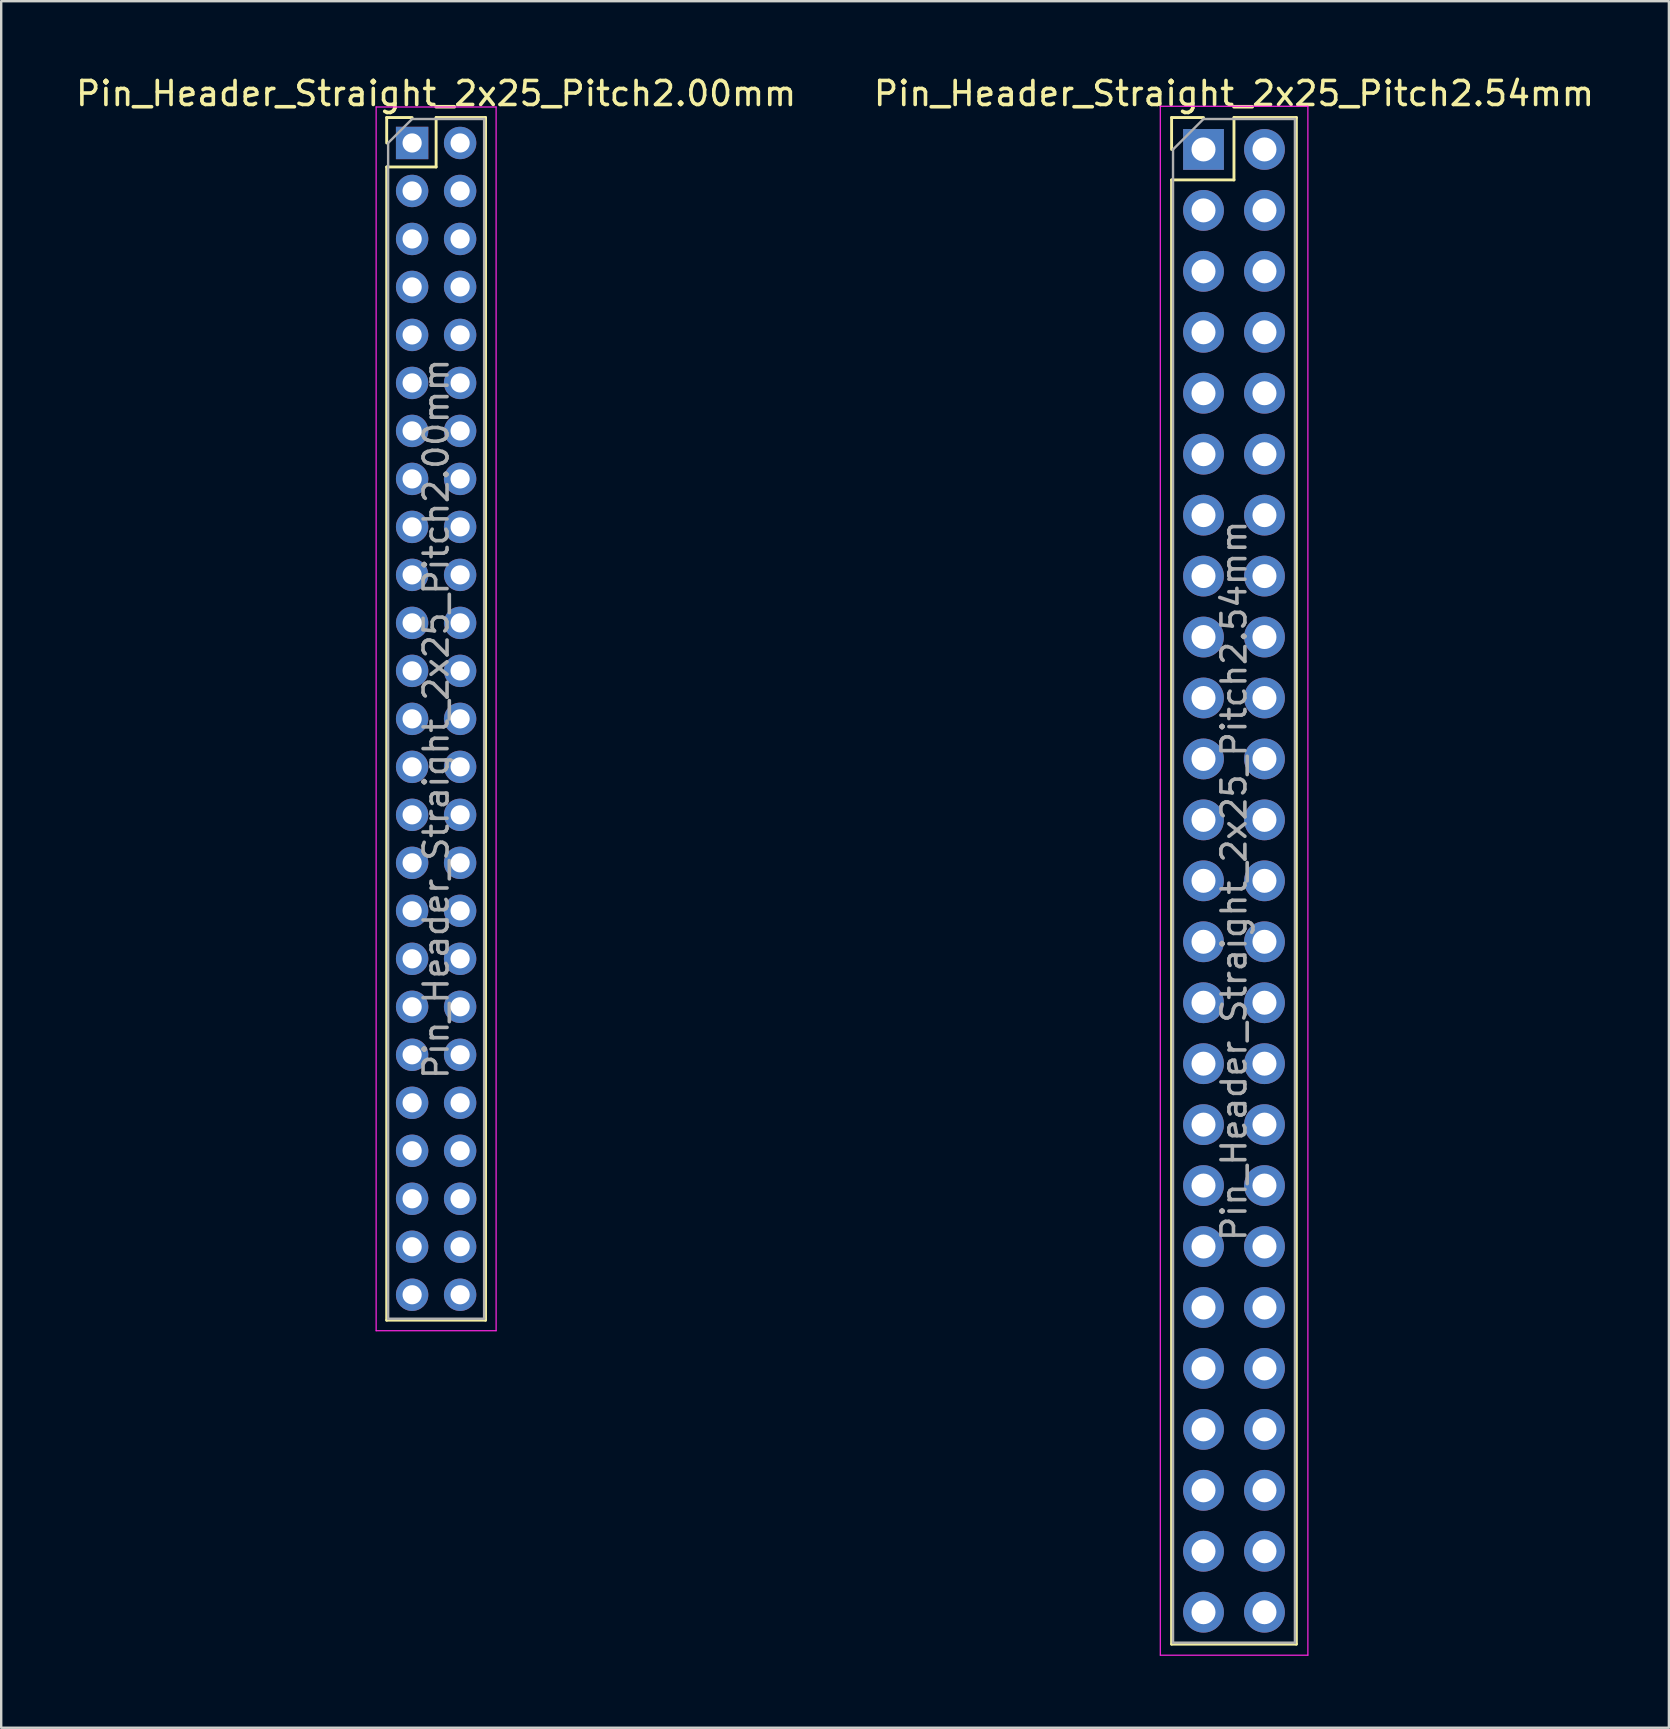
<source format=kicad_pcb>
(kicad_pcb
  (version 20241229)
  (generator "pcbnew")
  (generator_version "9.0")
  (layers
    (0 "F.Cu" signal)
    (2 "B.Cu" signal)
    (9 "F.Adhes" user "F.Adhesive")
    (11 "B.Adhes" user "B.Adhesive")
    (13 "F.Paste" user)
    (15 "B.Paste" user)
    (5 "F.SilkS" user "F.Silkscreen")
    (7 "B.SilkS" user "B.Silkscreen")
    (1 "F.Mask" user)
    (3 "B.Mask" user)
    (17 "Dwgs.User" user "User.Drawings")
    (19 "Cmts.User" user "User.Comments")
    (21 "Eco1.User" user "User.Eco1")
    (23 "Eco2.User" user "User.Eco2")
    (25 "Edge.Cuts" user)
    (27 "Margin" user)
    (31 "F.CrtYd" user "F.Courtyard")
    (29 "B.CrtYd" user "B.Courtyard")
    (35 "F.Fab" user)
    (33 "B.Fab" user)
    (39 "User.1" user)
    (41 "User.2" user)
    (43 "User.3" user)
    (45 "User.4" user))
  (footprint "Pin_Header_Straight_2x25_Pitch2.00mm"
    (layer "F.Cu")
    (at 14.125 2.908)
    (property "Reference" "Pin_Header_Straight_2x25_Pitch2.00mm" (at 1 -2.06 0) (layer "F.SilkS") (effects (font (size 1 1) (thickness 0.15))))
    (attr through_hole)
    (fp_line (start -1.06 -1.06) (end 0 -1.06) (stroke (width 0.12) (type solid)) (layer "F.SilkS"))
    (fp_line (start -1.06 0) (end -1.06 -1.06) (stroke (width 0.12) (type solid)) (layer "F.SilkS"))
    (fp_line (start -1.06 1) (end -1.06 49.06) (stroke (width 0.12) (type solid)) (layer "F.SilkS"))
    (fp_line (start -1.06 1) (end 1 1) (stroke (width 0.12) (type solid)) (layer "F.SilkS"))
    (fp_line (start -1.06 49.06) (end 3.06 49.06) (stroke (width 0.12) (type solid)) (layer "F.SilkS"))
    (fp_line (start 1 -1.06) (end 3.06 -1.06) (stroke (width 0.12) (type solid)) (layer "F.SilkS"))
    (fp_line (start 1 1) (end 1 -1.06) (stroke (width 0.12) (type solid)) (layer "F.SilkS"))
    (fp_line (start 3.06 -1.06) (end 3.06 49.06) (stroke (width 0.12) (type solid)) (layer "F.SilkS"))
    (fp_line (start -1.5 -1.5) (end -1.5 49.5) (stroke (width 0.05) (type solid)) (layer "F.CrtYd"))
    (fp_line (start -1.5 49.5) (end 3.5 49.5) (stroke (width 0.05) (type solid)) (layer "F.CrtYd"))
    (fp_line (start 3.5 -1.5) (end -1.5 -1.5) (stroke (width 0.05) (type solid)) (layer "F.CrtYd"))
    (fp_line (start 3.5 49.5) (end 3.5 -1.5) (stroke (width 0.05) (type solid)) (layer "F.CrtYd"))
    (fp_line (start -1 0) (end 0 -1) (stroke (width 0.1) (type solid)) (layer "F.Fab"))
    (fp_line (start -1 49) (end -1 0) (stroke (width 0.1) (type solid)) (layer "F.Fab"))
    (fp_line (start 0 -1) (end 3 -1) (stroke (width 0.1) (type solid)) (layer "F.Fab"))
    (fp_line (start 3 -1) (end 3 49) (stroke (width 0.1) (type solid)) (layer "F.Fab"))
    (fp_line (start 3 49) (end -1 49) (stroke (width 0.1) (type solid)) (layer "F.Fab"))
    (fp_text user "${REFERENCE}" (at 1 24 90) (layer "F.Fab") (effects (font (size 1 1) (thickness 0.15))))
    (pad "1" thru_hole rect (at 0 0) (size 1.35 1.35) (drill 0.8) (layers "*.Cu" "*.Mask"))
    (pad "2" thru_hole oval (at 2 0) (size 1.35 1.35) (drill 0.8) (layers "*.Cu" "*.Mask"))
    (pad "3" thru_hole oval (at 0 2) (size 1.35 1.35) (drill 0.8) (layers "*.Cu" "*.Mask"))
    (pad "4" thru_hole oval (at 2 2) (size 1.35 1.35) (drill 0.8) (layers "*.Cu" "*.Mask"))
    (pad "5" thru_hole oval (at 0 4) (size 1.35 1.35) (drill 0.8) (layers "*.Cu" "*.Mask"))
    (pad "6" thru_hole oval (at 2 4) (size 1.35 1.35) (drill 0.8) (layers "*.Cu" "*.Mask"))
    (pad "7" thru_hole oval (at 0 6) (size 1.35 1.35) (drill 0.8) (layers "*.Cu" "*.Mask"))
    (pad "8" thru_hole oval (at 2 6) (size 1.35 1.35) (drill 0.8) (layers "*.Cu" "*.Mask"))
    (pad "9" thru_hole oval (at 0 8) (size 1.35 1.35) (drill 0.8) (layers "*.Cu" "*.Mask"))
    (pad "10" thru_hole oval (at 2 8) (size 1.35 1.35) (drill 0.8) (layers "*.Cu" "*.Mask"))
    (pad "11" thru_hole oval (at 0 10) (size 1.35 1.35) (drill 0.8) (layers "*.Cu" "*.Mask"))
    (pad "12" thru_hole oval (at 2 10) (size 1.35 1.35) (drill 0.8) (layers "*.Cu" "*.Mask"))
    (pad "13" thru_hole oval (at 0 12) (size 1.35 1.35) (drill 0.8) (layers "*.Cu" "*.Mask"))
    (pad "14" thru_hole oval (at 2 12) (size 1.35 1.35) (drill 0.8) (layers "*.Cu" "*.Mask"))
    (pad "15" thru_hole oval (at 0 14) (size 1.35 1.35) (drill 0.8) (layers "*.Cu" "*.Mask"))
    (pad "16" thru_hole oval (at 2 14) (size 1.35 1.35) (drill 0.8) (layers "*.Cu" "*.Mask"))
    (pad "17" thru_hole oval (at 0 16) (size 1.35 1.35) (drill 0.8) (layers "*.Cu" "*.Mask"))
    (pad "18" thru_hole oval (at 2 16) (size 1.35 1.35) (drill 0.8) (layers "*.Cu" "*.Mask"))
    (pad "19" thru_hole oval (at 0 18) (size 1.35 1.35) (drill 0.8) (layers "*.Cu" "*.Mask"))
    (pad "20" thru_hole oval (at 2 18) (size 1.35 1.35) (drill 0.8) (layers "*.Cu" "*.Mask"))
    (pad "21" thru_hole oval (at 0 20) (size 1.35 1.35) (drill 0.8) (layers "*.Cu" "*.Mask"))
    (pad "22" thru_hole oval (at 2 20) (size 1.35 1.35) (drill 0.8) (layers "*.Cu" "*.Mask"))
    (pad "23" thru_hole oval (at 0 22) (size 1.35 1.35) (drill 0.8) (layers "*.Cu" "*.Mask"))
    (pad "24" thru_hole oval (at 2 22) (size 1.35 1.35) (drill 0.8) (layers "*.Cu" "*.Mask"))
    (pad "25" thru_hole oval (at 0 24) (size 1.35 1.35) (drill 0.8) (layers "*.Cu" "*.Mask"))
    (pad "26" thru_hole oval (at 2 24) (size 1.35 1.35) (drill 0.8) (layers "*.Cu" "*.Mask"))
    (pad "27" thru_hole oval (at 0 26) (size 1.35 1.35) (drill 0.8) (layers "*.Cu" "*.Mask"))
    (pad "28" thru_hole oval (at 2 26) (size 1.35 1.35) (drill 0.8) (layers "*.Cu" "*.Mask"))
    (pad "29" thru_hole oval (at 0 28) (size 1.35 1.35) (drill 0.8) (layers "*.Cu" "*.Mask"))
    (pad "30" thru_hole oval (at 2 28) (size 1.35 1.35) (drill 0.8) (layers "*.Cu" "*.Mask"))
    (pad "31" thru_hole oval (at 0 30) (size 1.35 1.35) (drill 0.8) (layers "*.Cu" "*.Mask"))
    (pad "32" thru_hole oval (at 2 30) (size 1.35 1.35) (drill 0.8) (layers "*.Cu" "*.Mask"))
    (pad "33" thru_hole oval (at 0 32) (size 1.35 1.35) (drill 0.8) (layers "*.Cu" "*.Mask"))
    (pad "34" thru_hole oval (at 2 32) (size 1.35 1.35) (drill 0.8) (layers "*.Cu" "*.Mask"))
    (pad "35" thru_hole oval (at 0 34) (size 1.35 1.35) (drill 0.8) (layers "*.Cu" "*.Mask"))
    (pad "36" thru_hole oval (at 2 34) (size 1.35 1.35) (drill 0.8) (layers "*.Cu" "*.Mask"))
    (pad "37" thru_hole oval (at 0 36) (size 1.35 1.35) (drill 0.8) (layers "*.Cu" "*.Mask"))
    (pad "38" thru_hole oval (at 2 36) (size 1.35 1.35) (drill 0.8) (layers "*.Cu" "*.Mask"))
    (pad "39" thru_hole oval (at 0 38) (size 1.35 1.35) (drill 0.8) (layers "*.Cu" "*.Mask"))
    (pad "40" thru_hole oval (at 2 38) (size 1.35 1.35) (drill 0.8) (layers "*.Cu" "*.Mask"))
    (pad "41" thru_hole oval (at 0 40) (size 1.35 1.35) (drill 0.8) (layers "*.Cu" "*.Mask"))
    (pad "42" thru_hole oval (at 2 40) (size 1.35 1.35) (drill 0.8) (layers "*.Cu" "*.Mask"))
    (pad "43" thru_hole oval (at 0 42) (size 1.35 1.35) (drill 0.8) (layers "*.Cu" "*.Mask"))
    (pad "44" thru_hole oval (at 2 42) (size 1.35 1.35) (drill 0.8) (layers "*.Cu" "*.Mask"))
    (pad "45" thru_hole oval (at 0 44) (size 1.35 1.35) (drill 0.8) (layers "*.Cu" "*.Mask"))
    (pad "46" thru_hole oval (at 2 44) (size 1.35 1.35) (drill 0.8) (layers "*.Cu" "*.Mask"))
    (pad "47" thru_hole oval (at 0 46) (size 1.35 1.35) (drill 0.8) (layers "*.Cu" "*.Mask"))
    (pad "48" thru_hole oval (at 2 46) (size 1.35 1.35) (drill 0.8) (layers "*.Cu" "*.Mask"))
    (pad "49" thru_hole oval (at 0 48) (size 1.35 1.35) (drill 0.8) (layers "*.Cu" "*.Mask"))
    (pad "50" thru_hole oval (at 2 48) (size 1.35 1.35) (drill 0.8) (layers "*.Cu" "*.Mask")))
  (footprint "Pin_Header_Straight_2x25_Pitch2.54mm"
    (layer "F.Cu")
    (at 47.105 3.178)
    (property "Reference" "Pin_Header_Straight_2x25_Pitch2.54mm" (at 1.27 -2.33 0) (layer "F.SilkS") (effects (font (size 1 1) (thickness 0.15))))
    (attr through_hole)
    (fp_line (start -1.33 -1.33) (end 0 -1.33) (stroke (width 0.12) (type solid)) (layer "F.SilkS"))
    (fp_line (start -1.33 0) (end -1.33 -1.33) (stroke (width 0.12) (type solid)) (layer "F.SilkS"))
    (fp_line (start -1.33 1.27) (end -1.33 62.29) (stroke (width 0.12) (type solid)) (layer "F.SilkS"))
    (fp_line (start -1.33 1.27) (end 1.27 1.27) (stroke (width 0.12) (type solid)) (layer "F.SilkS"))
    (fp_line (start -1.33 62.29) (end 3.87 62.29) (stroke (width 0.12) (type solid)) (layer "F.SilkS"))
    (fp_line (start 1.27 -1.33) (end 3.87 -1.33) (stroke (width 0.12) (type solid)) (layer "F.SilkS"))
    (fp_line (start 1.27 1.27) (end 1.27 -1.33) (stroke (width 0.12) (type solid)) (layer "F.SilkS"))
    (fp_line (start 3.87 -1.33) (end 3.87 62.29) (stroke (width 0.12) (type solid)) (layer "F.SilkS"))
    (fp_line (start -1.8 -1.8) (end -1.8 62.75) (stroke (width 0.05) (type solid)) (layer "F.CrtYd"))
    (fp_line (start -1.8 62.75) (end 4.35 62.75) (stroke (width 0.05) (type solid)) (layer "F.CrtYd"))
    (fp_line (start 4.35 -1.8) (end -1.8 -1.8) (stroke (width 0.05) (type solid)) (layer "F.CrtYd"))
    (fp_line (start 4.35 62.75) (end 4.35 -1.8) (stroke (width 0.05) (type solid)) (layer "F.CrtYd"))
    (fp_line (start -1.27 0) (end 0 -1.27) (stroke (width 0.1) (type solid)) (layer "F.Fab"))
    (fp_line (start -1.27 62.23) (end -1.27 0) (stroke (width 0.1) (type solid)) (layer "F.Fab"))
    (fp_line (start 0 -1.27) (end 3.81 -1.27) (stroke (width 0.1) (type solid)) (layer "F.Fab"))
    (fp_line (start 3.81 -1.27) (end 3.81 62.23) (stroke (width 0.1) (type solid)) (layer "F.Fab"))
    (fp_line (start 3.81 62.23) (end -1.27 62.23) (stroke (width 0.1) (type solid)) (layer "F.Fab"))
    (fp_text user "${REFERENCE}" (at 1.27 30.48 90) (layer "F.Fab") (effects (font (size 1 1) (thickness 0.15))))
    (pad "1" thru_hole rect (at 0 0) (size 1.7 1.7) (drill 1) (layers "*.Cu" "*.Mask"))
    (pad "2" thru_hole oval (at 2.54 0) (size 1.7 1.7) (drill 1) (layers "*.Cu" "*.Mask"))
    (pad "3" thru_hole oval (at 0 2.54) (size 1.7 1.7) (drill 1) (layers "*.Cu" "*.Mask"))
    (pad "4" thru_hole oval (at 2.54 2.54) (size 1.7 1.7) (drill 1) (layers "*.Cu" "*.Mask"))
    (pad "5" thru_hole oval (at 0 5.08) (size 1.7 1.7) (drill 1) (layers "*.Cu" "*.Mask"))
    (pad "6" thru_hole oval (at 2.54 5.08) (size 1.7 1.7) (drill 1) (layers "*.Cu" "*.Mask"))
    (pad "7" thru_hole oval (at 0 7.62) (size 1.7 1.7) (drill 1) (layers "*.Cu" "*.Mask"))
    (pad "8" thru_hole oval (at 2.54 7.62) (size 1.7 1.7) (drill 1) (layers "*.Cu" "*.Mask"))
    (pad "9" thru_hole oval (at 0 10.16) (size 1.7 1.7) (drill 1) (layers "*.Cu" "*.Mask"))
    (pad "10" thru_hole oval (at 2.54 10.16) (size 1.7 1.7) (drill 1) (layers "*.Cu" "*.Mask"))
    (pad "11" thru_hole oval (at 0 12.7) (size 1.7 1.7) (drill 1) (layers "*.Cu" "*.Mask"))
    (pad "12" thru_hole oval (at 2.54 12.7) (size 1.7 1.7) (drill 1) (layers "*.Cu" "*.Mask"))
    (pad "13" thru_hole oval (at 0 15.24) (size 1.7 1.7) (drill 1) (layers "*.Cu" "*.Mask"))
    (pad "14" thru_hole oval (at 2.54 15.24) (size 1.7 1.7) (drill 1) (layers "*.Cu" "*.Mask"))
    (pad "15" thru_hole oval (at 0 17.78) (size 1.7 1.7) (drill 1) (layers "*.Cu" "*.Mask"))
    (pad "16" thru_hole oval (at 2.54 17.78) (size 1.7 1.7) (drill 1) (layers "*.Cu" "*.Mask"))
    (pad "17" thru_hole oval (at 0 20.32) (size 1.7 1.7) (drill 1) (layers "*.Cu" "*.Mask"))
    (pad "18" thru_hole oval (at 2.54 20.32) (size 1.7 1.7) (drill 1) (layers "*.Cu" "*.Mask"))
    (pad "19" thru_hole oval (at 0 22.86) (size 1.7 1.7) (drill 1) (layers "*.Cu" "*.Mask"))
    (pad "20" thru_hole oval (at 2.54 22.86) (size 1.7 1.7) (drill 1) (layers "*.Cu" "*.Mask"))
    (pad "21" thru_hole oval (at 0 25.4) (size 1.7 1.7) (drill 1) (layers "*.Cu" "*.Mask"))
    (pad "22" thru_hole oval (at 2.54 25.4) (size 1.7 1.7) (drill 1) (layers "*.Cu" "*.Mask"))
    (pad "23" thru_hole oval (at 0 27.94) (size 1.7 1.7) (drill 1) (layers "*.Cu" "*.Mask"))
    (pad "24" thru_hole oval (at 2.54 27.94) (size 1.7 1.7) (drill 1) (layers "*.Cu" "*.Mask"))
    (pad "25" thru_hole oval (at 0 30.48) (size 1.7 1.7) (drill 1) (layers "*.Cu" "*.Mask"))
    (pad "26" thru_hole oval (at 2.54 30.48) (size 1.7 1.7) (drill 1) (layers "*.Cu" "*.Mask"))
    (pad "27" thru_hole oval (at 0 33.02) (size 1.7 1.7) (drill 1) (layers "*.Cu" "*.Mask"))
    (pad "28" thru_hole oval (at 2.54 33.02) (size 1.7 1.7) (drill 1) (layers "*.Cu" "*.Mask"))
    (pad "29" thru_hole oval (at 0 35.56) (size 1.7 1.7) (drill 1) (layers "*.Cu" "*.Mask"))
    (pad "30" thru_hole oval (at 2.54 35.56) (size 1.7 1.7) (drill 1) (layers "*.Cu" "*.Mask"))
    (pad "31" thru_hole oval (at 0 38.1) (size 1.7 1.7) (drill 1) (layers "*.Cu" "*.Mask"))
    (pad "32" thru_hole oval (at 2.54 38.1) (size 1.7 1.7) (drill 1) (layers "*.Cu" "*.Mask"))
    (pad "33" thru_hole oval (at 0 40.64) (size 1.7 1.7) (drill 1) (layers "*.Cu" "*.Mask"))
    (pad "34" thru_hole oval (at 2.54 40.64) (size 1.7 1.7) (drill 1) (layers "*.Cu" "*.Mask"))
    (pad "35" thru_hole oval (at 0 43.18) (size 1.7 1.7) (drill 1) (layers "*.Cu" "*.Mask"))
    (pad "36" thru_hole oval (at 2.54 43.18) (size 1.7 1.7) (drill 1) (layers "*.Cu" "*.Mask"))
    (pad "37" thru_hole oval (at 0 45.72) (size 1.7 1.7) (drill 1) (layers "*.Cu" "*.Mask"))
    (pad "38" thru_hole oval (at 2.54 45.72) (size 1.7 1.7) (drill 1) (layers "*.Cu" "*.Mask"))
    (pad "39" thru_hole oval (at 0 48.26) (size 1.7 1.7) (drill 1) (layers "*.Cu" "*.Mask"))
    (pad "40" thru_hole oval (at 2.54 48.26) (size 1.7 1.7) (drill 1) (layers "*.Cu" "*.Mask"))
    (pad "41" thru_hole oval (at 0 50.8) (size 1.7 1.7) (drill 1) (layers "*.Cu" "*.Mask"))
    (pad "42" thru_hole oval (at 2.54 50.8) (size 1.7 1.7) (drill 1) (layers "*.Cu" "*.Mask"))
    (pad "43" thru_hole oval (at 0 53.34) (size 1.7 1.7) (drill 1) (layers "*.Cu" "*.Mask"))
    (pad "44" thru_hole oval (at 2.54 53.34) (size 1.7 1.7) (drill 1) (layers "*.Cu" "*.Mask"))
    (pad "45" thru_hole oval (at 0 55.88) (size 1.7 1.7) (drill 1) (layers "*.Cu" "*.Mask"))
    (pad "46" thru_hole oval (at 2.54 55.88) (size 1.7 1.7) (drill 1) (layers "*.Cu" "*.Mask"))
    (pad "47" thru_hole oval (at 0 58.42) (size 1.7 1.7) (drill 1) (layers "*.Cu" "*.Mask"))
    (pad "48" thru_hole oval (at 2.54 58.42) (size 1.7 1.7) (drill 1) (layers "*.Cu" "*.Mask"))
    (pad "49" thru_hole oval (at 0 60.96) (size 1.7 1.7) (drill 1) (layers "*.Cu" "*.Mask"))
    (pad "50" thru_hole oval (at 2.54 60.96) (size 1.7 1.7) (drill 1) (layers "*.Cu" "*.Mask")))
  (gr_rect
    (start -3 -3)
    (end 66.5 68.953)
    (stroke (width 0.1) (type default))
    (fill no)
    (layer "Edge.Cuts")))
</source>
